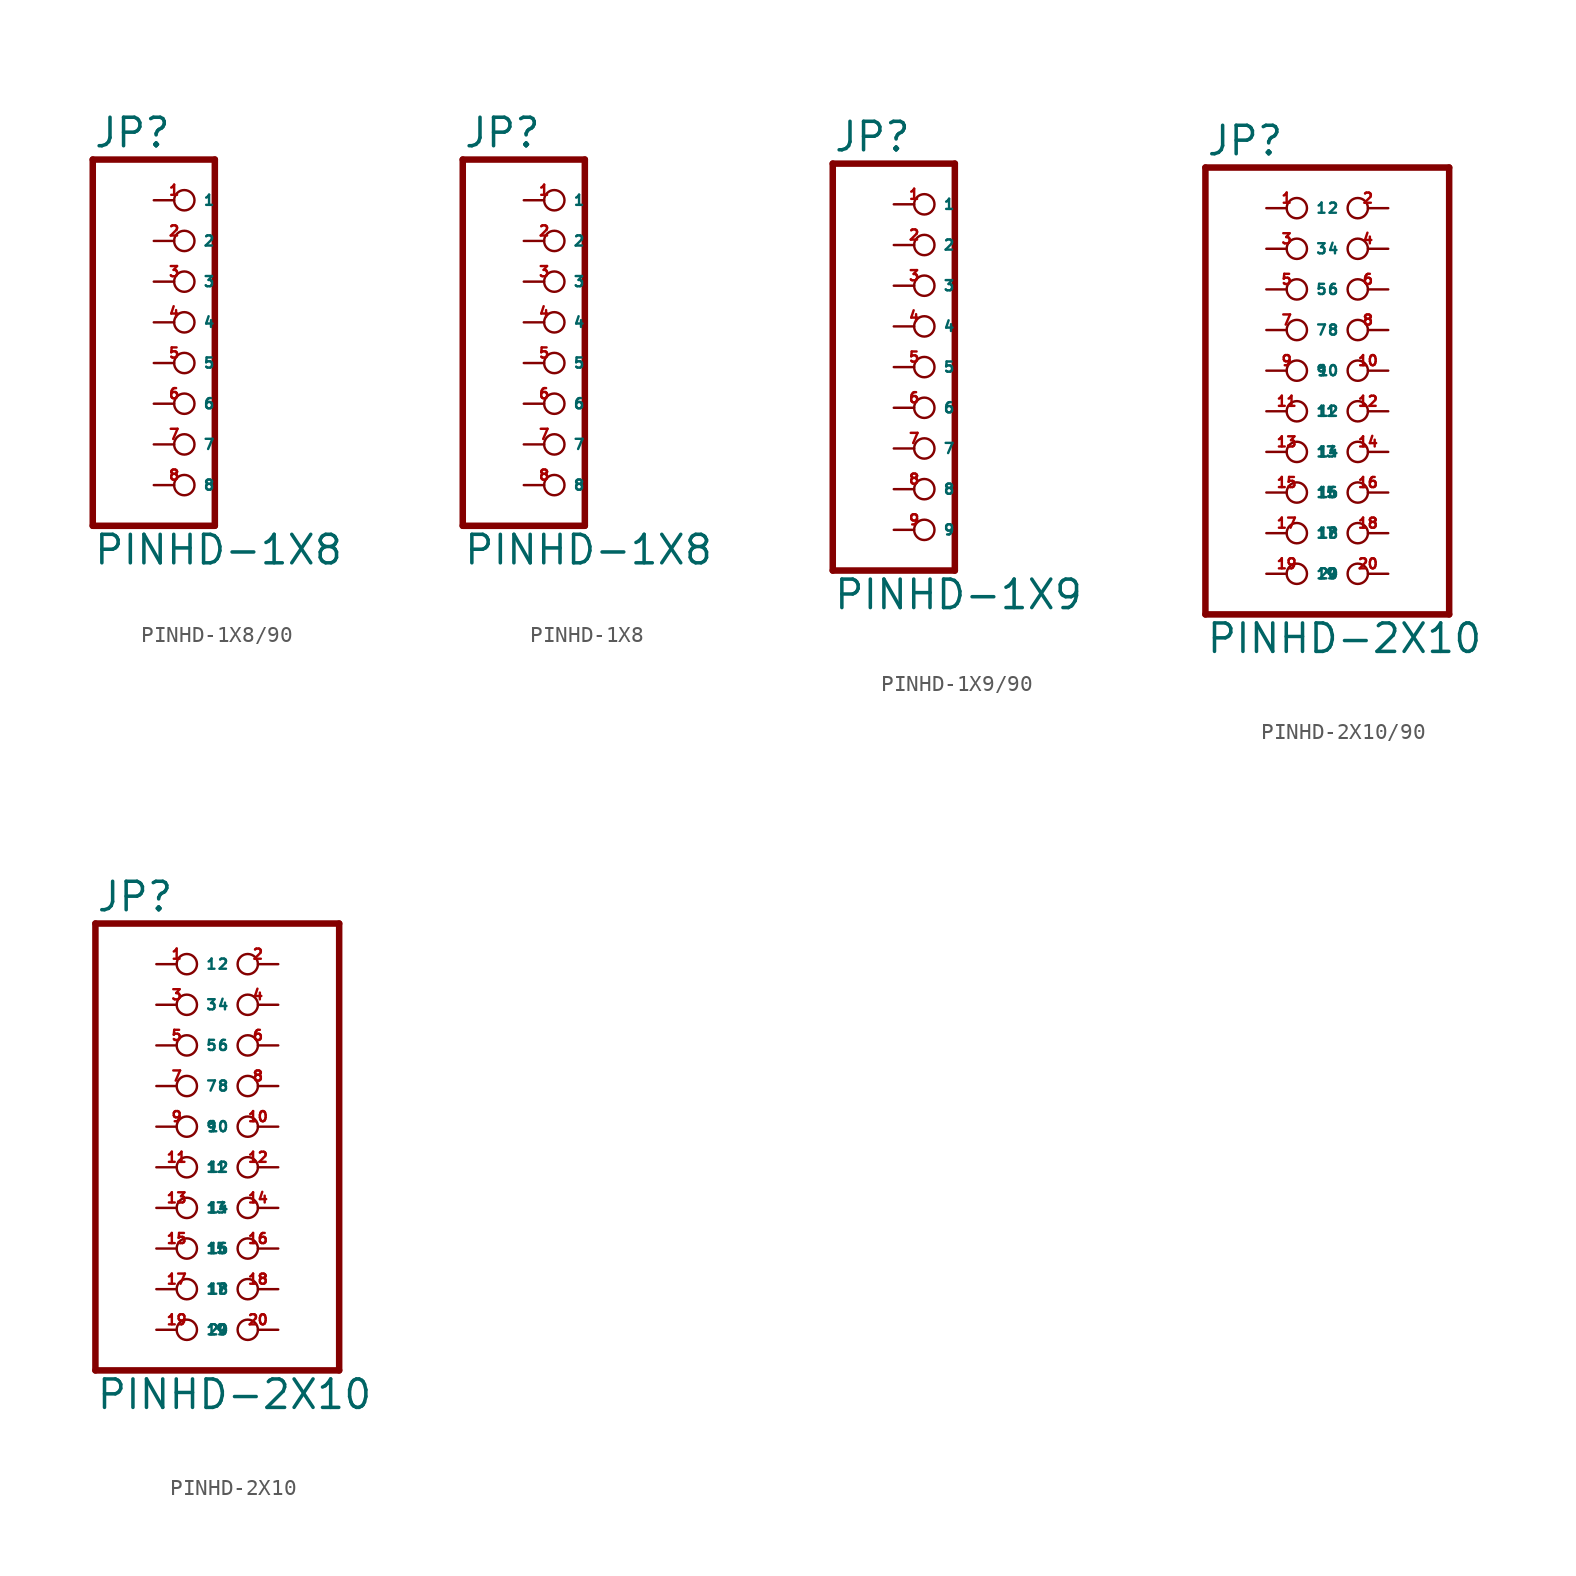
<source format=kicad_sym>
(kicad_symbol_lib
  (version 20220914)
  (generator Eagle2Kicad)
  (symbol "PINHD-1X8/90"
    (property "Reference" "JP"
      (at -6.35 13.335 0)
      (effects (font (size 1.778 1.778) (thickness 0.22)) (justify left bottom)))
    (property "Value" "PINHD-1X8"
      (at -6.35 -12.7 0)
      (effects (font (size 1.778 1.778) (thickness 0.22)) (justify left bottom)))
    (polyline
      (pts (xy -6.35 -10.16) (xy 1.27 -10.16))
      (stroke (width 0.406) (type default))
      (fill (type none)))
    (polyline
      (pts (xy 1.27 -10.16) (xy 1.27 12.7))
      (stroke (width 0.406) (type default))
      (fill (type none)))
    (polyline
      (pts (xy 1.27 12.7) (xy -6.35 12.7))
      (stroke (width 0.406) (type default))
      (fill (type none)))
    (polyline
      (pts (xy -6.35 12.7) (xy -6.35 -10.16))
      (stroke (width 0.406) (type default))
      (fill (type none)))
    (pin passive inverted
      (at -2.54 10.16 0)
      (length 2.54)
      (name "1" (effects (font (size 0.635 0.635) (thickness 0.08)) (justify left bottom)))
      (number "1" (effects (font (size 0.635 0.635) (thickness 0.08)) (justify left bottom))))
    (pin passive inverted
      (at -2.54 7.62 0)
      (length 2.54)
      (name "2" (effects (font (size 0.635 0.635) (thickness 0.08)) (justify left bottom)))
      (number "2" (effects (font (size 0.635 0.635) (thickness 0.08)) (justify left bottom))))
    (pin passive inverted
      (at -2.54 5.08 0)
      (length 2.54)
      (name "3" (effects (font (size 0.635 0.635) (thickness 0.08)) (justify left bottom)))
      (number "3" (effects (font (size 0.635 0.635) (thickness 0.08)) (justify left bottom))))
    (pin passive inverted
      (at -2.54 2.54 0)
      (length 2.54)
      (name "4" (effects (font (size 0.635 0.635) (thickness 0.08)) (justify left bottom)))
      (number "4" (effects (font (size 0.635 0.635) (thickness 0.08)) (justify left bottom))))
    (pin passive inverted
      (at -2.54 0 0)
      (length 2.54)
      (name "5" (effects (font (size 0.635 0.635) (thickness 0.08)) (justify left bottom)))
      (number "5" (effects (font (size 0.635 0.635) (thickness 0.08)) (justify left bottom))))
    (pin passive inverted
      (at -2.54 -2.54 0)
      (length 2.54)
      (name "6" (effects (font (size 0.635 0.635) (thickness 0.08)) (justify left bottom)))
      (number "6" (effects (font (size 0.635 0.635) (thickness 0.08)) (justify left bottom))))
    (pin passive inverted
      (at -2.54 -5.08 0)
      (length 2.54)
      (name "7" (effects (font (size 0.635 0.635) (thickness 0.08)) (justify left bottom)))
      (number "7" (effects (font (size 0.635 0.635) (thickness 0.08)) (justify left bottom))))
    (pin passive inverted
      (at -2.54 -7.62 0)
      (length 2.54)
      (name "8" (effects (font (size 0.635 0.635) (thickness 0.08)) (justify left bottom)))
      (number "8" (effects (font (size 0.635 0.635) (thickness 0.08)) (justify left bottom)))))
  (symbol "PINHD-1X8"
    (property "Reference" "JP"
      (at -6.35 13.335 0)
      (effects (font (size 1.778 1.778) (thickness 0.22)) (justify left bottom)))
    (property "Value" "PINHD-1X8"
      (at -6.35 -12.7 0)
      (effects (font (size 1.778 1.778) (thickness 0.22)) (justify left bottom)))
    (polyline
      (pts (xy -6.35 -10.16) (xy 1.27 -10.16))
      (stroke (width 0.406) (type default))
      (fill (type none)))
    (polyline
      (pts (xy 1.27 -10.16) (xy 1.27 12.7))
      (stroke (width 0.406) (type default))
      (fill (type none)))
    (polyline
      (pts (xy 1.27 12.7) (xy -6.35 12.7))
      (stroke (width 0.406) (type default))
      (fill (type none)))
    (polyline
      (pts (xy -6.35 12.7) (xy -6.35 -10.16))
      (stroke (width 0.406) (type default))
      (fill (type none)))
    (pin passive inverted
      (at -2.54 10.16 0)
      (length 2.54)
      (name "1" (effects (font (size 0.635 0.635) (thickness 0.08)) (justify left bottom)))
      (number "1" (effects (font (size 0.635 0.635) (thickness 0.08)) (justify left bottom))))
    (pin passive inverted
      (at -2.54 7.62 0)
      (length 2.54)
      (name "2" (effects (font (size 0.635 0.635) (thickness 0.08)) (justify left bottom)))
      (number "2" (effects (font (size 0.635 0.635) (thickness 0.08)) (justify left bottom))))
    (pin passive inverted
      (at -2.54 5.08 0)
      (length 2.54)
      (name "3" (effects (font (size 0.635 0.635) (thickness 0.08)) (justify left bottom)))
      (number "3" (effects (font (size 0.635 0.635) (thickness 0.08)) (justify left bottom))))
    (pin passive inverted
      (at -2.54 2.54 0)
      (length 2.54)
      (name "4" (effects (font (size 0.635 0.635) (thickness 0.08)) (justify left bottom)))
      (number "4" (effects (font (size 0.635 0.635) (thickness 0.08)) (justify left bottom))))
    (pin passive inverted
      (at -2.54 0 0)
      (length 2.54)
      (name "5" (effects (font (size 0.635 0.635) (thickness 0.08)) (justify left bottom)))
      (number "5" (effects (font (size 0.635 0.635) (thickness 0.08)) (justify left bottom))))
    (pin passive inverted
      (at -2.54 -2.54 0)
      (length 2.54)
      (name "6" (effects (font (size 0.635 0.635) (thickness 0.08)) (justify left bottom)))
      (number "6" (effects (font (size 0.635 0.635) (thickness 0.08)) (justify left bottom))))
    (pin passive inverted
      (at -2.54 -5.08 0)
      (length 2.54)
      (name "7" (effects (font (size 0.635 0.635) (thickness 0.08)) (justify left bottom)))
      (number "7" (effects (font (size 0.635 0.635) (thickness 0.08)) (justify left bottom))))
    (pin passive inverted
      (at -2.54 -7.62 0)
      (length 2.54)
      (name "8" (effects (font (size 0.635 0.635) (thickness 0.08)) (justify left bottom)))
      (number "8" (effects (font (size 0.635 0.635) (thickness 0.08)) (justify left bottom)))))
  (symbol "PINHD-1X9/90"
    (property "Reference" "JP"
      (at -6.35 13.335 0)
      (effects (font (size 1.778 1.778) (thickness 0.22)) (justify left bottom)))
    (property "Value" "PINHD-1X9"
      (at -6.35 -15.24 0)
      (effects (font (size 1.778 1.778) (thickness 0.22)) (justify left bottom)))
    (polyline
      (pts (xy -6.35 -12.7) (xy 1.27 -12.7))
      (stroke (width 0.406) (type default))
      (fill (type none)))
    (polyline
      (pts (xy 1.27 -12.7) (xy 1.27 12.7))
      (stroke (width 0.406) (type default))
      (fill (type none)))
    (polyline
      (pts (xy 1.27 12.7) (xy -6.35 12.7))
      (stroke (width 0.406) (type default))
      (fill (type none)))
    (polyline
      (pts (xy -6.35 12.7) (xy -6.35 -12.7))
      (stroke (width 0.406) (type default))
      (fill (type none)))
    (pin passive inverted
      (at -2.54 10.16 0)
      (length 2.54)
      (name "1" (effects (font (size 0.635 0.635) (thickness 0.08)) (justify left bottom)))
      (number "1" (effects (font (size 0.635 0.635) (thickness 0.08)) (justify left bottom))))
    (pin passive inverted
      (at -2.54 7.62 0)
      (length 2.54)
      (name "2" (effects (font (size 0.635 0.635) (thickness 0.08)) (justify left bottom)))
      (number "2" (effects (font (size 0.635 0.635) (thickness 0.08)) (justify left bottom))))
    (pin passive inverted
      (at -2.54 5.08 0)
      (length 2.54)
      (name "3" (effects (font (size 0.635 0.635) (thickness 0.08)) (justify left bottom)))
      (number "3" (effects (font (size 0.635 0.635) (thickness 0.08)) (justify left bottom))))
    (pin passive inverted
      (at -2.54 2.54 0)
      (length 2.54)
      (name "4" (effects (font (size 0.635 0.635) (thickness 0.08)) (justify left bottom)))
      (number "4" (effects (font (size 0.635 0.635) (thickness 0.08)) (justify left bottom))))
    (pin passive inverted
      (at -2.54 0 0)
      (length 2.54)
      (name "5" (effects (font (size 0.635 0.635) (thickness 0.08)) (justify left bottom)))
      (number "5" (effects (font (size 0.635 0.635) (thickness 0.08)) (justify left bottom))))
    (pin passive inverted
      (at -2.54 -2.54 0)
      (length 2.54)
      (name "6" (effects (font (size 0.635 0.635) (thickness 0.08)) (justify left bottom)))
      (number "6" (effects (font (size 0.635 0.635) (thickness 0.08)) (justify left bottom))))
    (pin passive inverted
      (at -2.54 -5.08 0)
      (length 2.54)
      (name "7" (effects (font (size 0.635 0.635) (thickness 0.08)) (justify left bottom)))
      (number "7" (effects (font (size 0.635 0.635) (thickness 0.08)) (justify left bottom))))
    (pin passive inverted
      (at -2.54 -7.62 0)
      (length 2.54)
      (name "8" (effects (font (size 0.635 0.635) (thickness 0.08)) (justify left bottom)))
      (number "8" (effects (font (size 0.635 0.635) (thickness 0.08)) (justify left bottom))))
    (pin passive inverted
      (at -2.54 -10.16 0)
      (length 2.54)
      (name "9" (effects (font (size 0.635 0.635) (thickness 0.08)) (justify left bottom)))
      (number "9" (effects (font (size 0.635 0.635) (thickness 0.08)) (justify left bottom)))))
  (symbol "PINHD-2X10/90"
    (property "Reference" "JP"
      (at -6.35 13.335 0)
      (effects (font (size 1.778 1.778) (thickness 0.22)) (justify left bottom)))
    (property "Value" "PINHD-2X10"
      (at -6.35 -17.78 0)
      (effects (font (size 1.778 1.778) (thickness 0.22)) (justify left bottom)))
    (polyline
      (pts (xy -6.35 -15.24) (xy 8.89 -15.24))
      (stroke (width 0.406) (type default))
      (fill (type none)))
    (polyline
      (pts (xy 8.89 -15.24) (xy 8.89 12.7))
      (stroke (width 0.406) (type default))
      (fill (type none)))
    (polyline
      (pts (xy 8.89 12.7) (xy -6.35 12.7))
      (stroke (width 0.406) (type default))
      (fill (type none)))
    (polyline
      (pts (xy -6.35 12.7) (xy -6.35 -15.24))
      (stroke (width 0.406) (type default))
      (fill (type none)))
    (pin passive inverted
      (at -2.54 10.16 0)
      (length 2.54)
      (name "1" (effects (font (size 0.635 0.635) (thickness 0.08)) (justify left bottom)))
      (number "1" (effects (font (size 0.635 0.635) (thickness 0.08)) (justify left bottom))))
    (pin passive inverted
      (at 5.08 10.16 180)
      (length 2.54)
      (name "2" (effects (font (size 0.635 0.635) (thickness 0.08)) (justify left bottom)))
      (number "2" (effects (font (size 0.635 0.635) (thickness 0.08)) (justify left bottom))))
    (pin passive inverted
      (at -2.54 7.62 0)
      (length 2.54)
      (name "3" (effects (font (size 0.635 0.635) (thickness 0.08)) (justify left bottom)))
      (number "3" (effects (font (size 0.635 0.635) (thickness 0.08)) (justify left bottom))))
    (pin passive inverted
      (at 5.08 7.62 180)
      (length 2.54)
      (name "4" (effects (font (size 0.635 0.635) (thickness 0.08)) (justify left bottom)))
      (number "4" (effects (font (size 0.635 0.635) (thickness 0.08)) (justify left bottom))))
    (pin passive inverted
      (at -2.54 5.08 0)
      (length 2.54)
      (name "5" (effects (font (size 0.635 0.635) (thickness 0.08)) (justify left bottom)))
      (number "5" (effects (font (size 0.635 0.635) (thickness 0.08)) (justify left bottom))))
    (pin passive inverted
      (at 5.08 5.08 180)
      (length 2.54)
      (name "6" (effects (font (size 0.635 0.635) (thickness 0.08)) (justify left bottom)))
      (number "6" (effects (font (size 0.635 0.635) (thickness 0.08)) (justify left bottom))))
    (pin passive inverted
      (at -2.54 2.54 0)
      (length 2.54)
      (name "7" (effects (font (size 0.635 0.635) (thickness 0.08)) (justify left bottom)))
      (number "7" (effects (font (size 0.635 0.635) (thickness 0.08)) (justify left bottom))))
    (pin passive inverted
      (at 5.08 2.54 180)
      (length 2.54)
      (name "8" (effects (font (size 0.635 0.635) (thickness 0.08)) (justify left bottom)))
      (number "8" (effects (font (size 0.635 0.635) (thickness 0.08)) (justify left bottom))))
    (pin passive inverted
      (at -2.54 0 0)
      (length 2.54)
      (name "9" (effects (font (size 0.635 0.635) (thickness 0.08)) (justify left bottom)))
      (number "9" (effects (font (size 0.635 0.635) (thickness 0.08)) (justify left bottom))))
    (pin passive inverted
      (at 5.08 0 180)
      (length 2.54)
      (name "10" (effects (font (size 0.635 0.635) (thickness 0.08)) (justify left bottom)))
      (number "10" (effects (font (size 0.635 0.635) (thickness 0.08)) (justify left bottom))))
    (pin passive inverted
      (at -2.54 -2.54 0)
      (length 2.54)
      (name "11" (effects (font (size 0.635 0.635) (thickness 0.08)) (justify left bottom)))
      (number "11" (effects (font (size 0.635 0.635) (thickness 0.08)) (justify left bottom))))
    (pin passive inverted
      (at 5.08 -2.54 180)
      (length 2.54)
      (name "12" (effects (font (size 0.635 0.635) (thickness 0.08)) (justify left bottom)))
      (number "12" (effects (font (size 0.635 0.635) (thickness 0.08)) (justify left bottom))))
    (pin passive inverted
      (at -2.54 -5.08 0)
      (length 2.54)
      (name "13" (effects (font (size 0.635 0.635) (thickness 0.08)) (justify left bottom)))
      (number "13" (effects (font (size 0.635 0.635) (thickness 0.08)) (justify left bottom))))
    (pin passive inverted
      (at 5.08 -5.08 180)
      (length 2.54)
      (name "14" (effects (font (size 0.635 0.635) (thickness 0.08)) (justify left bottom)))
      (number "14" (effects (font (size 0.635 0.635) (thickness 0.08)) (justify left bottom))))
    (pin passive inverted
      (at -2.54 -7.62 0)
      (length 2.54)
      (name "15" (effects (font (size 0.635 0.635) (thickness 0.08)) (justify left bottom)))
      (number "15" (effects (font (size 0.635 0.635) (thickness 0.08)) (justify left bottom))))
    (pin passive inverted
      (at 5.08 -7.62 180)
      (length 2.54)
      (name "16" (effects (font (size 0.635 0.635) (thickness 0.08)) (justify left bottom)))
      (number "16" (effects (font (size 0.635 0.635) (thickness 0.08)) (justify left bottom))))
    (pin passive inverted
      (at -2.54 -10.16 0)
      (length 2.54)
      (name "17" (effects (font (size 0.635 0.635) (thickness 0.08)) (justify left bottom)))
      (number "17" (effects (font (size 0.635 0.635) (thickness 0.08)) (justify left bottom))))
    (pin passive inverted
      (at 5.08 -10.16 180)
      (length 2.54)
      (name "18" (effects (font (size 0.635 0.635) (thickness 0.08)) (justify left bottom)))
      (number "18" (effects (font (size 0.635 0.635) (thickness 0.08)) (justify left bottom))))
    (pin passive inverted
      (at -2.54 -12.7 0)
      (length 2.54)
      (name "19" (effects (font (size 0.635 0.635) (thickness 0.08)) (justify left bottom)))
      (number "19" (effects (font (size 0.635 0.635) (thickness 0.08)) (justify left bottom))))
    (pin passive inverted
      (at 5.08 -12.7 180)
      (length 2.54)
      (name "20" (effects (font (size 0.635 0.635) (thickness 0.08)) (justify left bottom)))
      (number "20" (effects (font (size 0.635 0.635) (thickness 0.08)) (justify left bottom)))))
  (symbol "PINHD-2X10"
    (property "Reference" "JP"
      (at -6.35 13.335 0)
      (effects (font (size 1.778 1.778) (thickness 0.22)) (justify left bottom)))
    (property "Value" "PINHD-2X10"
      (at -6.35 -17.78 0)
      (effects (font (size 1.778 1.778) (thickness 0.22)) (justify left bottom)))
    (polyline
      (pts (xy -6.35 -15.24) (xy 8.89 -15.24))
      (stroke (width 0.406) (type default))
      (fill (type none)))
    (polyline
      (pts (xy 8.89 -15.24) (xy 8.89 12.7))
      (stroke (width 0.406) (type default))
      (fill (type none)))
    (polyline
      (pts (xy 8.89 12.7) (xy -6.35 12.7))
      (stroke (width 0.406) (type default))
      (fill (type none)))
    (polyline
      (pts (xy -6.35 12.7) (xy -6.35 -15.24))
      (stroke (width 0.406) (type default))
      (fill (type none)))
    (pin passive inverted
      (at -2.54 10.16 0)
      (length 2.54)
      (name "1" (effects (font (size 0.635 0.635) (thickness 0.08)) (justify left bottom)))
      (number "1" (effects (font (size 0.635 0.635) (thickness 0.08)) (justify left bottom))))
    (pin passive inverted
      (at 5.08 10.16 180)
      (length 2.54)
      (name "2" (effects (font (size 0.635 0.635) (thickness 0.08)) (justify left bottom)))
      (number "2" (effects (font (size 0.635 0.635) (thickness 0.08)) (justify left bottom))))
    (pin passive inverted
      (at -2.54 7.62 0)
      (length 2.54)
      (name "3" (effects (font (size 0.635 0.635) (thickness 0.08)) (justify left bottom)))
      (number "3" (effects (font (size 0.635 0.635) (thickness 0.08)) (justify left bottom))))
    (pin passive inverted
      (at 5.08 7.62 180)
      (length 2.54)
      (name "4" (effects (font (size 0.635 0.635) (thickness 0.08)) (justify left bottom)))
      (number "4" (effects (font (size 0.635 0.635) (thickness 0.08)) (justify left bottom))))
    (pin passive inverted
      (at -2.54 5.08 0)
      (length 2.54)
      (name "5" (effects (font (size 0.635 0.635) (thickness 0.08)) (justify left bottom)))
      (number "5" (effects (font (size 0.635 0.635) (thickness 0.08)) (justify left bottom))))
    (pin passive inverted
      (at 5.08 5.08 180)
      (length 2.54)
      (name "6" (effects (font (size 0.635 0.635) (thickness 0.08)) (justify left bottom)))
      (number "6" (effects (font (size 0.635 0.635) (thickness 0.08)) (justify left bottom))))
    (pin passive inverted
      (at -2.54 2.54 0)
      (length 2.54)
      (name "7" (effects (font (size 0.635 0.635) (thickness 0.08)) (justify left bottom)))
      (number "7" (effects (font (size 0.635 0.635) (thickness 0.08)) (justify left bottom))))
    (pin passive inverted
      (at 5.08 2.54 180)
      (length 2.54)
      (name "8" (effects (font (size 0.635 0.635) (thickness 0.08)) (justify left bottom)))
      (number "8" (effects (font (size 0.635 0.635) (thickness 0.08)) (justify left bottom))))
    (pin passive inverted
      (at -2.54 0 0)
      (length 2.54)
      (name "9" (effects (font (size 0.635 0.635) (thickness 0.08)) (justify left bottom)))
      (number "9" (effects (font (size 0.635 0.635) (thickness 0.08)) (justify left bottom))))
    (pin passive inverted
      (at 5.08 0 180)
      (length 2.54)
      (name "10" (effects (font (size 0.635 0.635) (thickness 0.08)) (justify left bottom)))
      (number "10" (effects (font (size 0.635 0.635) (thickness 0.08)) (justify left bottom))))
    (pin passive inverted
      (at -2.54 -2.54 0)
      (length 2.54)
      (name "11" (effects (font (size 0.635 0.635) (thickness 0.08)) (justify left bottom)))
      (number "11" (effects (font (size 0.635 0.635) (thickness 0.08)) (justify left bottom))))
    (pin passive inverted
      (at 5.08 -2.54 180)
      (length 2.54)
      (name "12" (effects (font (size 0.635 0.635) (thickness 0.08)) (justify left bottom)))
      (number "12" (effects (font (size 0.635 0.635) (thickness 0.08)) (justify left bottom))))
    (pin passive inverted
      (at -2.54 -5.08 0)
      (length 2.54)
      (name "13" (effects (font (size 0.635 0.635) (thickness 0.08)) (justify left bottom)))
      (number "13" (effects (font (size 0.635 0.635) (thickness 0.08)) (justify left bottom))))
    (pin passive inverted
      (at 5.08 -5.08 180)
      (length 2.54)
      (name "14" (effects (font (size 0.635 0.635) (thickness 0.08)) (justify left bottom)))
      (number "14" (effects (font (size 0.635 0.635) (thickness 0.08)) (justify left bottom))))
    (pin passive inverted
      (at -2.54 -7.62 0)
      (length 2.54)
      (name "15" (effects (font (size 0.635 0.635) (thickness 0.08)) (justify left bottom)))
      (number "15" (effects (font (size 0.635 0.635) (thickness 0.08)) (justify left bottom))))
    (pin passive inverted
      (at 5.08 -7.62 180)
      (length 2.54)
      (name "16" (effects (font (size 0.635 0.635) (thickness 0.08)) (justify left bottom)))
      (number "16" (effects (font (size 0.635 0.635) (thickness 0.08)) (justify left bottom))))
    (pin passive inverted
      (at -2.54 -10.16 0)
      (length 2.54)
      (name "17" (effects (font (size 0.635 0.635) (thickness 0.08)) (justify left bottom)))
      (number "17" (effects (font (size 0.635 0.635) (thickness 0.08)) (justify left bottom))))
    (pin passive inverted
      (at 5.08 -10.16 180)
      (length 2.54)
      (name "18" (effects (font (size 0.635 0.635) (thickness 0.08)) (justify left bottom)))
      (number "18" (effects (font (size 0.635 0.635) (thickness 0.08)) (justify left bottom))))
    (pin passive inverted
      (at -2.54 -12.7 0)
      (length 2.54)
      (name "19" (effects (font (size 0.635 0.635) (thickness 0.08)) (justify left bottom)))
      (number "19" (effects (font (size 0.635 0.635) (thickness 0.08)) (justify left bottom))))
    (pin passive inverted
      (at 5.08 -12.7 180)
      (length 2.54)
      (name "20" (effects (font (size 0.635 0.635) (thickness 0.08)) (justify left bottom)))
      (number "20" (effects (font (size 0.635 0.635) (thickness 0.08)) (justify left bottom))))))
</source>
